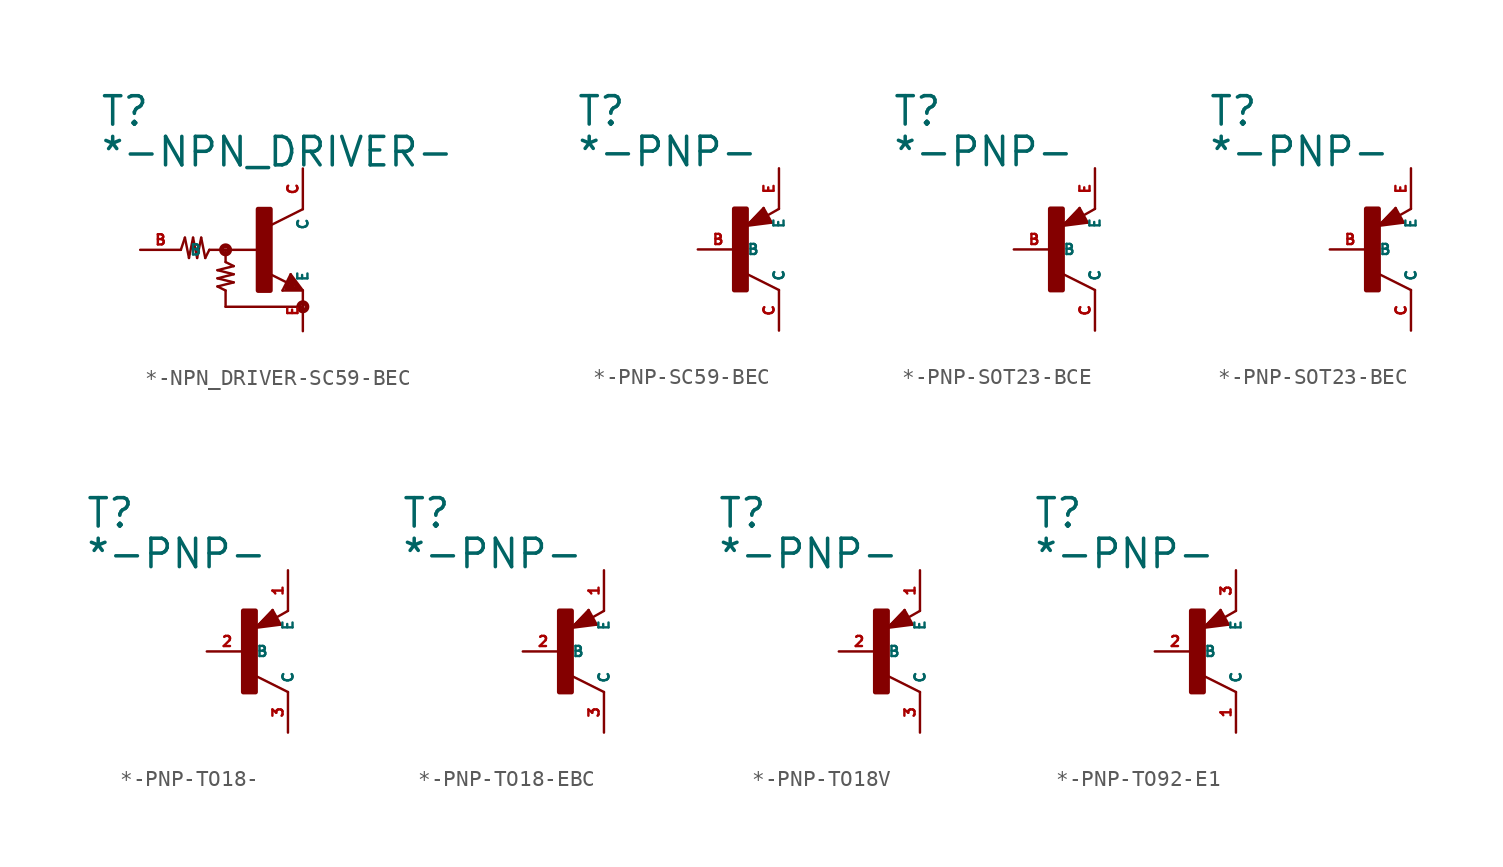
<source format=kicad_sym>
(kicad_symbol_lib
  (version 20220914)
  (generator Eagle2Kicad)
  (symbol "*-NPN_DRIVER-SC59-BEC"
    (property "Reference" "T"
      (at -10.16 7.62 0)
      (effects (font (size 1.778 1.778) (thickness 0.22)) (justify left bottom)))
    (property "Value" "*-NPN_DRIVER-"
      (at -10.16 5.08 0)
      (effects (font (size 1.778 1.778) (thickness 0.22)) (justify left bottom)))
    (polyline
      (pts (xy 2.54 2.54) (xy 0.508 1.524))
      (stroke (width 0.152) (type default))
      (fill (type none)))
    (polyline
      (pts (xy 1.778 -1.524) (xy 2.54 -2.54))
      (stroke (width 0.152) (type default))
      (fill (type none)))
    (polyline
      (pts (xy 2.54 -2.54) (xy 1.27 -2.54))
      (stroke (width 0.152) (type default))
      (fill (type none)))
    (polyline
      (pts (xy 1.27 -2.54) (xy 1.778 -1.524))
      (stroke (width 0.152) (type default))
      (fill (type none)))
    (polyline
      (pts (xy 1.54 -2.04) (xy 0.308 -1.424))
      (stroke (width 0.152) (type default))
      (fill (type none)))
    (polyline
      (pts (xy 1.524 -2.413) (xy 2.286 -2.413))
      (stroke (width 0.254) (type default))
      (fill (type none)))
    (polyline
      (pts (xy 2.286 -2.413) (xy 1.778 -1.778))
      (stroke (width 0.254) (type default))
      (fill (type none)))
    (polyline
      (pts (xy 1.778 -1.778) (xy 1.524 -2.286))
      (stroke (width 0.254) (type default))
      (fill (type none)))
    (polyline
      (pts (xy 1.524 -2.286) (xy 1.905 -2.286))
      (stroke (width 0.254) (type default))
      (fill (type none)))
    (polyline
      (pts (xy 1.905 -2.286) (xy 1.778 -2.032))
      (stroke (width 0.254) (type default))
      (fill (type none)))
    (polyline
      (pts (xy -5.08 0) (xy -4.826 0.762))
      (stroke (width 0.152) (type default))
      (fill (type none)))
    (polyline
      (pts (xy -4.826 0.762) (xy -4.572 -0.508))
      (stroke (width 0.152) (type default))
      (fill (type none)))
    (polyline
      (pts (xy -4.572 -0.508) (xy -4.318 0.762))
      (stroke (width 0.152) (type default))
      (fill (type none)))
    (polyline
      (pts (xy -4.318 0.762) (xy -4.064 -0.508))
      (stroke (width 0.152) (type default))
      (fill (type none)))
    (polyline
      (pts (xy -4.064 -0.508) (xy -3.81 0.762))
      (stroke (width 0.152) (type default))
      (fill (type none)))
    (polyline
      (pts (xy -3.81 0.762) (xy -3.556 -0.508))
      (stroke (width 0.152) (type default))
      (fill (type none)))
    (polyline
      (pts (xy -3.556 -0.508) (xy -3.302 0))
      (stroke (width 0.152) (type default))
      (fill (type none)))
    (polyline
      (pts (xy -3.302 0) (xy -2.286 0))
      (stroke (width 0.152) (type default))
      (fill (type none)))
    (polyline
      (pts (xy -2.286 0) (xy -0.254 0))
      (stroke (width 0.152) (type default))
      (fill (type none)))
    (polyline
      (pts (xy -2.286 0) (xy -2.286 -0.762))
      (stroke (width 0.152) (type default))
      (fill (type none)))
    (polyline
      (pts (xy -2.286 -0.762) (xy -1.778 -1.016))
      (stroke (width 0.152) (type default))
      (fill (type none)))
    (polyline
      (pts (xy -1.778 -1.016) (xy -2.794 -1.27))
      (stroke (width 0.152) (type default))
      (fill (type none)))
    (polyline
      (pts (xy -2.794 -1.27) (xy -1.778 -1.524))
      (stroke (width 0.152) (type default))
      (fill (type none)))
    (polyline
      (pts (xy -1.778 -1.524) (xy -2.794 -1.778))
      (stroke (width 0.152) (type default))
      (fill (type none)))
    (polyline
      (pts (xy -2.794 -1.778) (xy -1.778 -2.032))
      (stroke (width 0.152) (type default))
      (fill (type none)))
    (polyline
      (pts (xy -1.778 -2.032) (xy -2.794 -2.286))
      (stroke (width 0.152) (type default))
      (fill (type none)))
    (polyline
      (pts (xy -2.794 -2.286) (xy -2.286 -2.54))
      (stroke (width 0.152) (type default))
      (fill (type none)))
    (polyline
      (pts (xy -2.286 -2.54) (xy -2.286 -3.556))
      (stroke (width 0.152) (type default))
      (fill (type none)))
    (polyline
      (pts (xy -2.286 -3.556) (xy 2.54 -3.556))
      (stroke (width 0.152) (type default))
      (fill (type none)))
    (circle
      (center -2.286 0)
      (radius 0.254)
      (stroke (width 0.305) (type default))
      (fill (type none)))
    (circle
      (center 2.54 -3.556)
      (radius 0.254)
      (stroke (width 0.305) (type default))
      (fill (type none)))
    (rectangle
      (start -0.254 -2.54)
      (end 0.508 2.54)
      (stroke (width 0.3) (type default))
      (fill (type outline)))
    (pin passive line
      (at -7.62 0 0)
      (length 2.54)
      (name "B" (effects (font (size 0.635 0.635) (thickness 0.08)) (justify left bottom)))
      (number "B" (effects (font (size 0.635 0.635) (thickness 0.08)) (justify left bottom))))
    (pin passive line
      (at 2.54 -5.08 90)
      (length 2.54)
      (name "E" (effects (font (size 0.635 0.635) (thickness 0.08)) (justify left bottom)))
      (number "E" (effects (font (size 0.635 0.635) (thickness 0.08)) (justify left bottom))))
    (pin passive line
      (at 2.54 5.08 270)
      (length 2.54)
      (name "C" (effects (font (size 0.635 0.635) (thickness 0.08)) (justify left bottom)))
      (number "C" (effects (font (size 0.635 0.635) (thickness 0.08)) (justify left bottom)))))
  (symbol "*-PNP-SC59-BEC"
    (property "Reference" "T"
      (at -10.16 7.62 0)
      (effects (font (size 1.778 1.778) (thickness 0.22)) (justify left bottom)))
    (property "Value" "*-PNP-"
      (at -10.16 5.08 0)
      (effects (font (size 1.778 1.778) (thickness 0.22)) (justify left bottom)))
    (polyline
      (pts (xy 2.086 1.678) (xy 1.578 2.594))
      (stroke (width 0.152) (type default))
      (fill (type none)))
    (polyline
      (pts (xy 1.578 2.594) (xy 0.516 1.478))
      (stroke (width 0.152) (type default))
      (fill (type none)))
    (polyline
      (pts (xy 0.516 1.478) (xy 2.086 1.678))
      (stroke (width 0.152) (type default))
      (fill (type none)))
    (polyline
      (pts (xy 2.54 2.54) (xy 1.808 2.124))
      (stroke (width 0.152) (type default))
      (fill (type none)))
    (polyline
      (pts (xy 2.54 -2.54) (xy 0.508 -1.524))
      (stroke (width 0.152) (type default))
      (fill (type none)))
    (polyline
      (pts (xy 1.905 1.778) (xy 1.524 2.413))
      (stroke (width 0.254) (type default))
      (fill (type none)))
    (polyline
      (pts (xy 1.524 2.413) (xy 0.762 1.651))
      (stroke (width 0.254) (type default))
      (fill (type none)))
    (polyline
      (pts (xy 0.762 1.651) (xy 1.778 1.778))
      (stroke (width 0.254) (type default))
      (fill (type none)))
    (polyline
      (pts (xy 1.778 1.778) (xy 1.524 2.159))
      (stroke (width 0.254) (type default))
      (fill (type none)))
    (polyline
      (pts (xy 1.524 2.159) (xy 1.143 1.905))
      (stroke (width 0.254) (type default))
      (fill (type none)))
    (polyline
      (pts (xy 1.143 1.905) (xy 1.524 1.905))
      (stroke (width 0.254) (type default))
      (fill (type none)))
    (rectangle
      (start -0.254 -2.54)
      (end 0.508 2.54)
      (stroke (width 0.3) (type default))
      (fill (type outline)))
    (pin passive line
      (at -2.54 0 0)
      (length 2.54)
      (name "B" (effects (font (size 0.635 0.635) (thickness 0.08)) (justify left bottom)))
      (number "B" (effects (font (size 0.635 0.635) (thickness 0.08)) (justify left bottom))))
    (pin passive line
      (at 2.54 5.08 270)
      (length 2.54)
      (name "E" (effects (font (size 0.635 0.635) (thickness 0.08)) (justify left bottom)))
      (number "E" (effects (font (size 0.635 0.635) (thickness 0.08)) (justify left bottom))))
    (pin passive line
      (at 2.54 -5.08 90)
      (length 2.54)
      (name "C" (effects (font (size 0.635 0.635) (thickness 0.08)) (justify left bottom)))
      (number "C" (effects (font (size 0.635 0.635) (thickness 0.08)) (justify left bottom)))))
  (symbol "*-PNP-SOT23-BCE"
    (property "Reference" "T"
      (at -10.16 7.62 0)
      (effects (font (size 1.778 1.778) (thickness 0.22)) (justify left bottom)))
    (property "Value" "*-PNP-"
      (at -10.16 5.08 0)
      (effects (font (size 1.778 1.778) (thickness 0.22)) (justify left bottom)))
    (polyline
      (pts (xy 2.086 1.678) (xy 1.578 2.594))
      (stroke (width 0.152) (type default))
      (fill (type none)))
    (polyline
      (pts (xy 1.578 2.594) (xy 0.516 1.478))
      (stroke (width 0.152) (type default))
      (fill (type none)))
    (polyline
      (pts (xy 0.516 1.478) (xy 2.086 1.678))
      (stroke (width 0.152) (type default))
      (fill (type none)))
    (polyline
      (pts (xy 2.54 2.54) (xy 1.808 2.124))
      (stroke (width 0.152) (type default))
      (fill (type none)))
    (polyline
      (pts (xy 2.54 -2.54) (xy 0.508 -1.524))
      (stroke (width 0.152) (type default))
      (fill (type none)))
    (polyline
      (pts (xy 1.905 1.778) (xy 1.524 2.413))
      (stroke (width 0.254) (type default))
      (fill (type none)))
    (polyline
      (pts (xy 1.524 2.413) (xy 0.762 1.651))
      (stroke (width 0.254) (type default))
      (fill (type none)))
    (polyline
      (pts (xy 0.762 1.651) (xy 1.778 1.778))
      (stroke (width 0.254) (type default))
      (fill (type none)))
    (polyline
      (pts (xy 1.778 1.778) (xy 1.524 2.159))
      (stroke (width 0.254) (type default))
      (fill (type none)))
    (polyline
      (pts (xy 1.524 2.159) (xy 1.143 1.905))
      (stroke (width 0.254) (type default))
      (fill (type none)))
    (polyline
      (pts (xy 1.143 1.905) (xy 1.524 1.905))
      (stroke (width 0.254) (type default))
      (fill (type none)))
    (rectangle
      (start -0.254 -2.54)
      (end 0.508 2.54)
      (stroke (width 0.3) (type default))
      (fill (type outline)))
    (pin passive line
      (at -2.54 0 0)
      (length 2.54)
      (name "B" (effects (font (size 0.635 0.635) (thickness 0.08)) (justify left bottom)))
      (number "B" (effects (font (size 0.635 0.635) (thickness 0.08)) (justify left bottom))))
    (pin passive line
      (at 2.54 5.08 270)
      (length 2.54)
      (name "E" (effects (font (size 0.635 0.635) (thickness 0.08)) (justify left bottom)))
      (number "E" (effects (font (size 0.635 0.635) (thickness 0.08)) (justify left bottom))))
    (pin passive line
      (at 2.54 -5.08 90)
      (length 2.54)
      (name "C" (effects (font (size 0.635 0.635) (thickness 0.08)) (justify left bottom)))
      (number "C" (effects (font (size 0.635 0.635) (thickness 0.08)) (justify left bottom)))))
  (symbol "*-PNP-SOT23-BEC"
    (property "Reference" "T"
      (at -10.16 7.62 0)
      (effects (font (size 1.778 1.778) (thickness 0.22)) (justify left bottom)))
    (property "Value" "*-PNP-"
      (at -10.16 5.08 0)
      (effects (font (size 1.778 1.778) (thickness 0.22)) (justify left bottom)))
    (polyline
      (pts (xy 2.086 1.678) (xy 1.578 2.594))
      (stroke (width 0.152) (type default))
      (fill (type none)))
    (polyline
      (pts (xy 1.578 2.594) (xy 0.516 1.478))
      (stroke (width 0.152) (type default))
      (fill (type none)))
    (polyline
      (pts (xy 0.516 1.478) (xy 2.086 1.678))
      (stroke (width 0.152) (type default))
      (fill (type none)))
    (polyline
      (pts (xy 2.54 2.54) (xy 1.808 2.124))
      (stroke (width 0.152) (type default))
      (fill (type none)))
    (polyline
      (pts (xy 2.54 -2.54) (xy 0.508 -1.524))
      (stroke (width 0.152) (type default))
      (fill (type none)))
    (polyline
      (pts (xy 1.905 1.778) (xy 1.524 2.413))
      (stroke (width 0.254) (type default))
      (fill (type none)))
    (polyline
      (pts (xy 1.524 2.413) (xy 0.762 1.651))
      (stroke (width 0.254) (type default))
      (fill (type none)))
    (polyline
      (pts (xy 0.762 1.651) (xy 1.778 1.778))
      (stroke (width 0.254) (type default))
      (fill (type none)))
    (polyline
      (pts (xy 1.778 1.778) (xy 1.524 2.159))
      (stroke (width 0.254) (type default))
      (fill (type none)))
    (polyline
      (pts (xy 1.524 2.159) (xy 1.143 1.905))
      (stroke (width 0.254) (type default))
      (fill (type none)))
    (polyline
      (pts (xy 1.143 1.905) (xy 1.524 1.905))
      (stroke (width 0.254) (type default))
      (fill (type none)))
    (rectangle
      (start -0.254 -2.54)
      (end 0.508 2.54)
      (stroke (width 0.3) (type default))
      (fill (type outline)))
    (pin passive line
      (at -2.54 0 0)
      (length 2.54)
      (name "B" (effects (font (size 0.635 0.635) (thickness 0.08)) (justify left bottom)))
      (number "B" (effects (font (size 0.635 0.635) (thickness 0.08)) (justify left bottom))))
    (pin passive line
      (at 2.54 5.08 270)
      (length 2.54)
      (name "E" (effects (font (size 0.635 0.635) (thickness 0.08)) (justify left bottom)))
      (number "E" (effects (font (size 0.635 0.635) (thickness 0.08)) (justify left bottom))))
    (pin passive line
      (at 2.54 -5.08 90)
      (length 2.54)
      (name "C" (effects (font (size 0.635 0.635) (thickness 0.08)) (justify left bottom)))
      (number "C" (effects (font (size 0.635 0.635) (thickness 0.08)) (justify left bottom)))))
  (symbol "*-PNP-TO18-"
    (property "Reference" "T"
      (at -10.16 7.62 0)
      (effects (font (size 1.778 1.778) (thickness 0.22)) (justify left bottom)))
    (property "Value" "*-PNP-"
      (at -10.16 5.08 0)
      (effects (font (size 1.778 1.778) (thickness 0.22)) (justify left bottom)))
    (polyline
      (pts (xy 2.086 1.678) (xy 1.578 2.594))
      (stroke (width 0.152) (type default))
      (fill (type none)))
    (polyline
      (pts (xy 1.578 2.594) (xy 0.516 1.478))
      (stroke (width 0.152) (type default))
      (fill (type none)))
    (polyline
      (pts (xy 0.516 1.478) (xy 2.086 1.678))
      (stroke (width 0.152) (type default))
      (fill (type none)))
    (polyline
      (pts (xy 2.54 2.54) (xy 1.808 2.124))
      (stroke (width 0.152) (type default))
      (fill (type none)))
    (polyline
      (pts (xy 2.54 -2.54) (xy 0.508 -1.524))
      (stroke (width 0.152) (type default))
      (fill (type none)))
    (polyline
      (pts (xy 1.905 1.778) (xy 1.524 2.413))
      (stroke (width 0.254) (type default))
      (fill (type none)))
    (polyline
      (pts (xy 1.524 2.413) (xy 0.762 1.651))
      (stroke (width 0.254) (type default))
      (fill (type none)))
    (polyline
      (pts (xy 0.762 1.651) (xy 1.778 1.778))
      (stroke (width 0.254) (type default))
      (fill (type none)))
    (polyline
      (pts (xy 1.778 1.778) (xy 1.524 2.159))
      (stroke (width 0.254) (type default))
      (fill (type none)))
    (polyline
      (pts (xy 1.524 2.159) (xy 1.143 1.905))
      (stroke (width 0.254) (type default))
      (fill (type none)))
    (polyline
      (pts (xy 1.143 1.905) (xy 1.524 1.905))
      (stroke (width 0.254) (type default))
      (fill (type none)))
    (rectangle
      (start -0.254 -2.54)
      (end 0.508 2.54)
      (stroke (width 0.3) (type default))
      (fill (type outline)))
    (pin passive line
      (at -2.54 0 0)
      (length 2.54)
      (name "B" (effects (font (size 0.635 0.635) (thickness 0.08)) (justify left bottom)))
      (number "2" (effects (font (size 0.635 0.635) (thickness 0.08)) (justify left bottom))))
    (pin passive line
      (at 2.54 5.08 270)
      (length 2.54)
      (name "E" (effects (font (size 0.635 0.635) (thickness 0.08)) (justify left bottom)))
      (number "1" (effects (font (size 0.635 0.635) (thickness 0.08)) (justify left bottom))))
    (pin passive line
      (at 2.54 -5.08 90)
      (length 2.54)
      (name "C" (effects (font (size 0.635 0.635) (thickness 0.08)) (justify left bottom)))
      (number "3" (effects (font (size 0.635 0.635) (thickness 0.08)) (justify left bottom)))))
  (symbol "*-PNP-TO18-EBC"
    (property "Reference" "T"
      (at -10.16 7.62 0)
      (effects (font (size 1.778 1.778) (thickness 0.22)) (justify left bottom)))
    (property "Value" "*-PNP-"
      (at -10.16 5.08 0)
      (effects (font (size 1.778 1.778) (thickness 0.22)) (justify left bottom)))
    (polyline
      (pts (xy 2.086 1.678) (xy 1.578 2.594))
      (stroke (width 0.152) (type default))
      (fill (type none)))
    (polyline
      (pts (xy 1.578 2.594) (xy 0.516 1.478))
      (stroke (width 0.152) (type default))
      (fill (type none)))
    (polyline
      (pts (xy 0.516 1.478) (xy 2.086 1.678))
      (stroke (width 0.152) (type default))
      (fill (type none)))
    (polyline
      (pts (xy 2.54 2.54) (xy 1.808 2.124))
      (stroke (width 0.152) (type default))
      (fill (type none)))
    (polyline
      (pts (xy 2.54 -2.54) (xy 0.508 -1.524))
      (stroke (width 0.152) (type default))
      (fill (type none)))
    (polyline
      (pts (xy 1.905 1.778) (xy 1.524 2.413))
      (stroke (width 0.254) (type default))
      (fill (type none)))
    (polyline
      (pts (xy 1.524 2.413) (xy 0.762 1.651))
      (stroke (width 0.254) (type default))
      (fill (type none)))
    (polyline
      (pts (xy 0.762 1.651) (xy 1.778 1.778))
      (stroke (width 0.254) (type default))
      (fill (type none)))
    (polyline
      (pts (xy 1.778 1.778) (xy 1.524 2.159))
      (stroke (width 0.254) (type default))
      (fill (type none)))
    (polyline
      (pts (xy 1.524 2.159) (xy 1.143 1.905))
      (stroke (width 0.254) (type default))
      (fill (type none)))
    (polyline
      (pts (xy 1.143 1.905) (xy 1.524 1.905))
      (stroke (width 0.254) (type default))
      (fill (type none)))
    (rectangle
      (start -0.254 -2.54)
      (end 0.508 2.54)
      (stroke (width 0.3) (type default))
      (fill (type outline)))
    (pin passive line
      (at -2.54 0 0)
      (length 2.54)
      (name "B" (effects (font (size 0.635 0.635) (thickness 0.08)) (justify left bottom)))
      (number "2" (effects (font (size 0.635 0.635) (thickness 0.08)) (justify left bottom))))
    (pin passive line
      (at 2.54 5.08 270)
      (length 2.54)
      (name "E" (effects (font (size 0.635 0.635) (thickness 0.08)) (justify left bottom)))
      (number "1" (effects (font (size 0.635 0.635) (thickness 0.08)) (justify left bottom))))
    (pin passive line
      (at 2.54 -5.08 90)
      (length 2.54)
      (name "C" (effects (font (size 0.635 0.635) (thickness 0.08)) (justify left bottom)))
      (number "3" (effects (font (size 0.635 0.635) (thickness 0.08)) (justify left bottom)))))
  (symbol "*-PNP-TO18V"
    (property "Reference" "T"
      (at -10.16 7.62 0)
      (effects (font (size 1.778 1.778) (thickness 0.22)) (justify left bottom)))
    (property "Value" "*-PNP-"
      (at -10.16 5.08 0)
      (effects (font (size 1.778 1.778) (thickness 0.22)) (justify left bottom)))
    (polyline
      (pts (xy 2.086 1.678) (xy 1.578 2.594))
      (stroke (width 0.152) (type default))
      (fill (type none)))
    (polyline
      (pts (xy 1.578 2.594) (xy 0.516 1.478))
      (stroke (width 0.152) (type default))
      (fill (type none)))
    (polyline
      (pts (xy 0.516 1.478) (xy 2.086 1.678))
      (stroke (width 0.152) (type default))
      (fill (type none)))
    (polyline
      (pts (xy 2.54 2.54) (xy 1.808 2.124))
      (stroke (width 0.152) (type default))
      (fill (type none)))
    (polyline
      (pts (xy 2.54 -2.54) (xy 0.508 -1.524))
      (stroke (width 0.152) (type default))
      (fill (type none)))
    (polyline
      (pts (xy 1.905 1.778) (xy 1.524 2.413))
      (stroke (width 0.254) (type default))
      (fill (type none)))
    (polyline
      (pts (xy 1.524 2.413) (xy 0.762 1.651))
      (stroke (width 0.254) (type default))
      (fill (type none)))
    (polyline
      (pts (xy 0.762 1.651) (xy 1.778 1.778))
      (stroke (width 0.254) (type default))
      (fill (type none)))
    (polyline
      (pts (xy 1.778 1.778) (xy 1.524 2.159))
      (stroke (width 0.254) (type default))
      (fill (type none)))
    (polyline
      (pts (xy 1.524 2.159) (xy 1.143 1.905))
      (stroke (width 0.254) (type default))
      (fill (type none)))
    (polyline
      (pts (xy 1.143 1.905) (xy 1.524 1.905))
      (stroke (width 0.254) (type default))
      (fill (type none)))
    (rectangle
      (start -0.254 -2.54)
      (end 0.508 2.54)
      (stroke (width 0.3) (type default))
      (fill (type outline)))
    (pin passive line
      (at -2.54 0 0)
      (length 2.54)
      (name "B" (effects (font (size 0.635 0.635) (thickness 0.08)) (justify left bottom)))
      (number "2" (effects (font (size 0.635 0.635) (thickness 0.08)) (justify left bottom))))
    (pin passive line
      (at 2.54 5.08 270)
      (length 2.54)
      (name "E" (effects (font (size 0.635 0.635) (thickness 0.08)) (justify left bottom)))
      (number "1" (effects (font (size 0.635 0.635) (thickness 0.08)) (justify left bottom))))
    (pin passive line
      (at 2.54 -5.08 90)
      (length 2.54)
      (name "C" (effects (font (size 0.635 0.635) (thickness 0.08)) (justify left bottom)))
      (number "3" (effects (font (size 0.635 0.635) (thickness 0.08)) (justify left bottom)))))
  (symbol "*-PNP-TO92-E1"
    (property "Reference" "T"
      (at -10.16 7.62 0)
      (effects (font (size 1.778 1.778) (thickness 0.22)) (justify left bottom)))
    (property "Value" "*-PNP-"
      (at -10.16 5.08 0)
      (effects (font (size 1.778 1.778) (thickness 0.22)) (justify left bottom)))
    (polyline
      (pts (xy 2.086 1.678) (xy 1.578 2.594))
      (stroke (width 0.152) (type default))
      (fill (type none)))
    (polyline
      (pts (xy 1.578 2.594) (xy 0.516 1.478))
      (stroke (width 0.152) (type default))
      (fill (type none)))
    (polyline
      (pts (xy 0.516 1.478) (xy 2.086 1.678))
      (stroke (width 0.152) (type default))
      (fill (type none)))
    (polyline
      (pts (xy 2.54 2.54) (xy 1.808 2.124))
      (stroke (width 0.152) (type default))
      (fill (type none)))
    (polyline
      (pts (xy 2.54 -2.54) (xy 0.508 -1.524))
      (stroke (width 0.152) (type default))
      (fill (type none)))
    (polyline
      (pts (xy 1.905 1.778) (xy 1.524 2.413))
      (stroke (width 0.254) (type default))
      (fill (type none)))
    (polyline
      (pts (xy 1.524 2.413) (xy 0.762 1.651))
      (stroke (width 0.254) (type default))
      (fill (type none)))
    (polyline
      (pts (xy 0.762 1.651) (xy 1.778 1.778))
      (stroke (width 0.254) (type default))
      (fill (type none)))
    (polyline
      (pts (xy 1.778 1.778) (xy 1.524 2.159))
      (stroke (width 0.254) (type default))
      (fill (type none)))
    (polyline
      (pts (xy 1.524 2.159) (xy 1.143 1.905))
      (stroke (width 0.254) (type default))
      (fill (type none)))
    (polyline
      (pts (xy 1.143 1.905) (xy 1.524 1.905))
      (stroke (width 0.254) (type default))
      (fill (type none)))
    (rectangle
      (start -0.254 -2.54)
      (end 0.508 2.54)
      (stroke (width 0.3) (type default))
      (fill (type outline)))
    (pin passive line
      (at -2.54 0 0)
      (length 2.54)
      (name "B" (effects (font (size 0.635 0.635) (thickness 0.08)) (justify left bottom)))
      (number "2" (effects (font (size 0.635 0.635) (thickness 0.08)) (justify left bottom))))
    (pin passive line
      (at 2.54 5.08 270)
      (length 2.54)
      (name "E" (effects (font (size 0.635 0.635) (thickness 0.08)) (justify left bottom)))
      (number "3" (effects (font (size 0.635 0.635) (thickness 0.08)) (justify left bottom))))
    (pin passive line
      (at 2.54 -5.08 90)
      (length 2.54)
      (name "C" (effects (font (size 0.635 0.635) (thickness 0.08)) (justify left bottom)))
      (number "1" (effects (font (size 0.635 0.635) (thickness 0.08)) (justify left bottom))))))
</source>
